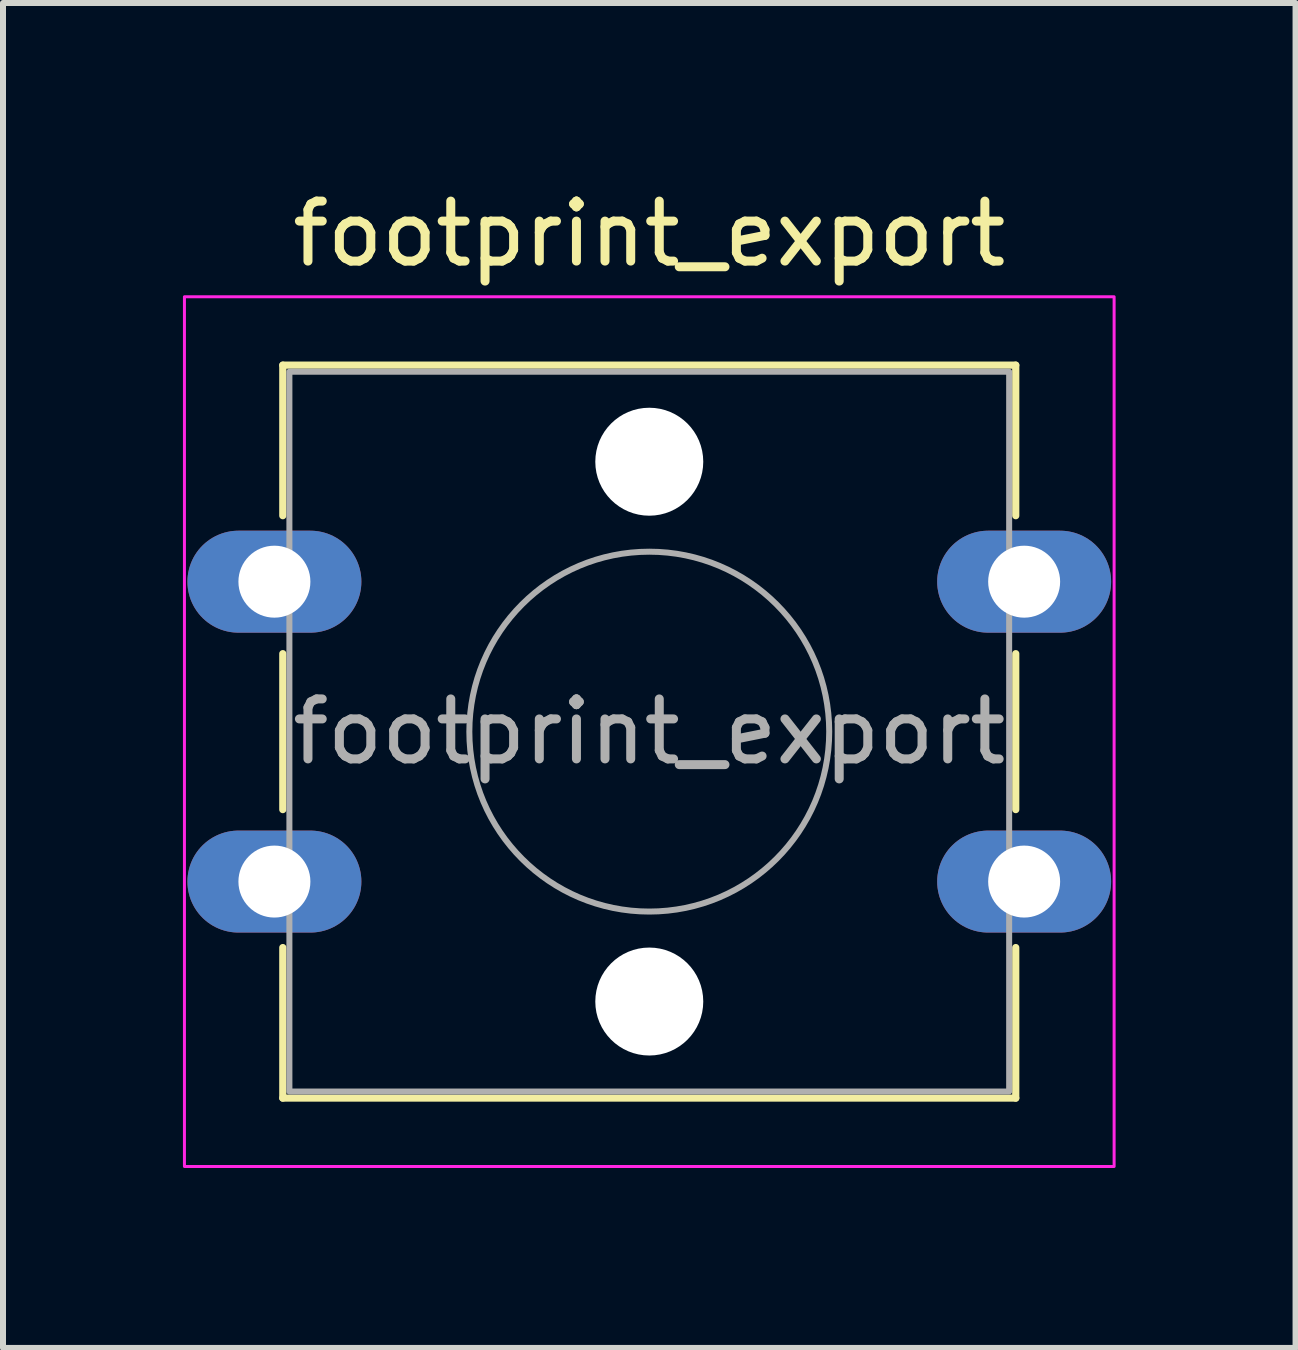
<source format=kicad_pcb>
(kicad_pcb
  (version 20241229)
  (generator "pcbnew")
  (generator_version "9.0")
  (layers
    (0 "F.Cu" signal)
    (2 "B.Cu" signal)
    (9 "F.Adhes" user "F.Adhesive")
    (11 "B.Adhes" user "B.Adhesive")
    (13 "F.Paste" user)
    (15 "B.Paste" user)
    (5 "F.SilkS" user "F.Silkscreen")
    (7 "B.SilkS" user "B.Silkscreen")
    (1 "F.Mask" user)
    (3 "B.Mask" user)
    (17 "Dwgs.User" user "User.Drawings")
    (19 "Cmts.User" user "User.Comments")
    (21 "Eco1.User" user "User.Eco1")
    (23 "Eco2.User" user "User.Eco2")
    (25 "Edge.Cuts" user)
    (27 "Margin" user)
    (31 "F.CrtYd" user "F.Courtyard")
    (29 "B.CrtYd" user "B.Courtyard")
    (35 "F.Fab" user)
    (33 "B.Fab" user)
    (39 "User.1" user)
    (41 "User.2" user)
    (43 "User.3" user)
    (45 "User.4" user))
  (footprint "footprint_export"
    (layer "F.Cu")
    (at 1.525 6.648)
    (property "Reference" "footprint_export" (at 6.25 -5.8 0) (layer "F.SilkS") (effects (font (size 1 1) (thickness 0.15))))
    (attr through_hole)
    (fp_line (start 0.14 -3.61) (end 0.14 -1.1) (stroke (width 0.12) (type default)) (layer "F.SilkS"))
    (fp_line (start 0.14 -3.61) (end 12.36 -3.61) (stroke (width 0.12) (type default)) (layer "F.SilkS"))
    (fp_line (start 0.14 1.2) (end 0.14 3.8) (stroke (width 0.12) (type default)) (layer "F.SilkS"))
    (fp_line (start 0.14 6.1) (end 0.14 8.61) (stroke (width 0.12) (type default)) (layer "F.SilkS"))
    (fp_line (start 12.36 -3.61) (end 12.36 -1.1) (stroke (width 0.12) (type default)) (layer "F.SilkS"))
    (fp_line (start 12.36 1.2) (end 12.36 3.8) (stroke (width 0.12) (type default)) (layer "F.SilkS"))
    (fp_line (start 12.36 6.1) (end 12.36 8.61) (stroke (width 0.12) (type default)) (layer "F.SilkS"))
    (fp_line (start 12.36 8.61) (end 0.14 8.61) (stroke (width 0.12) (type default)) (layer "F.SilkS"))
    (fp_rect (start -1.5 -4.75) (end 14 9.75) (stroke (width 0.05) (type default)) (fill no) (layer "F.CrtYd"))
    (fp_rect (start 0.25 -3.5) (end 12.25 8.5) (stroke (width 0.1) (type default)) (fill no) (layer "F.Fab"))
    (fp_circle (center 6.25 2.5) (end 9.25 2.5) (stroke (width 0.1) (type default)) (fill no) (layer "F.Fab"))
    (fp_text user "${REFERENCE}" (at 6.25 2.5 0) (layer "F.Fab") (effects (font (size 1 1) (thickness 0.15))))
    (pad "" np_thru_hole circle (at 6.25 -2) (size 1.8 1.8) (drill 1.8) (layers "*.Cu" "*.Mask"))
    (pad "" np_thru_hole circle (at 6.25 7) (size 1.8 1.8) (drill 1.8) (layers "*.Cu" "*.Mask"))
    (pad "1" thru_hole oval (at 0 0) (size 2.9 1.7) (drill 1.2) (layers "*.Cu" "*.Mask"))
    (pad "1" thru_hole oval (at 12.5 0) (size 2.9 1.7) (drill 1.2) (layers "*.Cu" "*.Mask"))
    (pad "2" thru_hole oval (at 0 5) (size 2.9 1.7) (drill 1.2) (layers "*.Cu" "*.Mask"))
    (pad "2" thru_hole oval (at 12.5 5) (size 2.9 1.7) (drill 1.2) (layers "*.Cu" "*.Mask")))
  (gr_rect
    (start -3 -3)
    (end 18.55 19.423)
    (stroke (width 0.1) (type default))
    (fill no)
    (layer "Edge.Cuts")))
</source>
